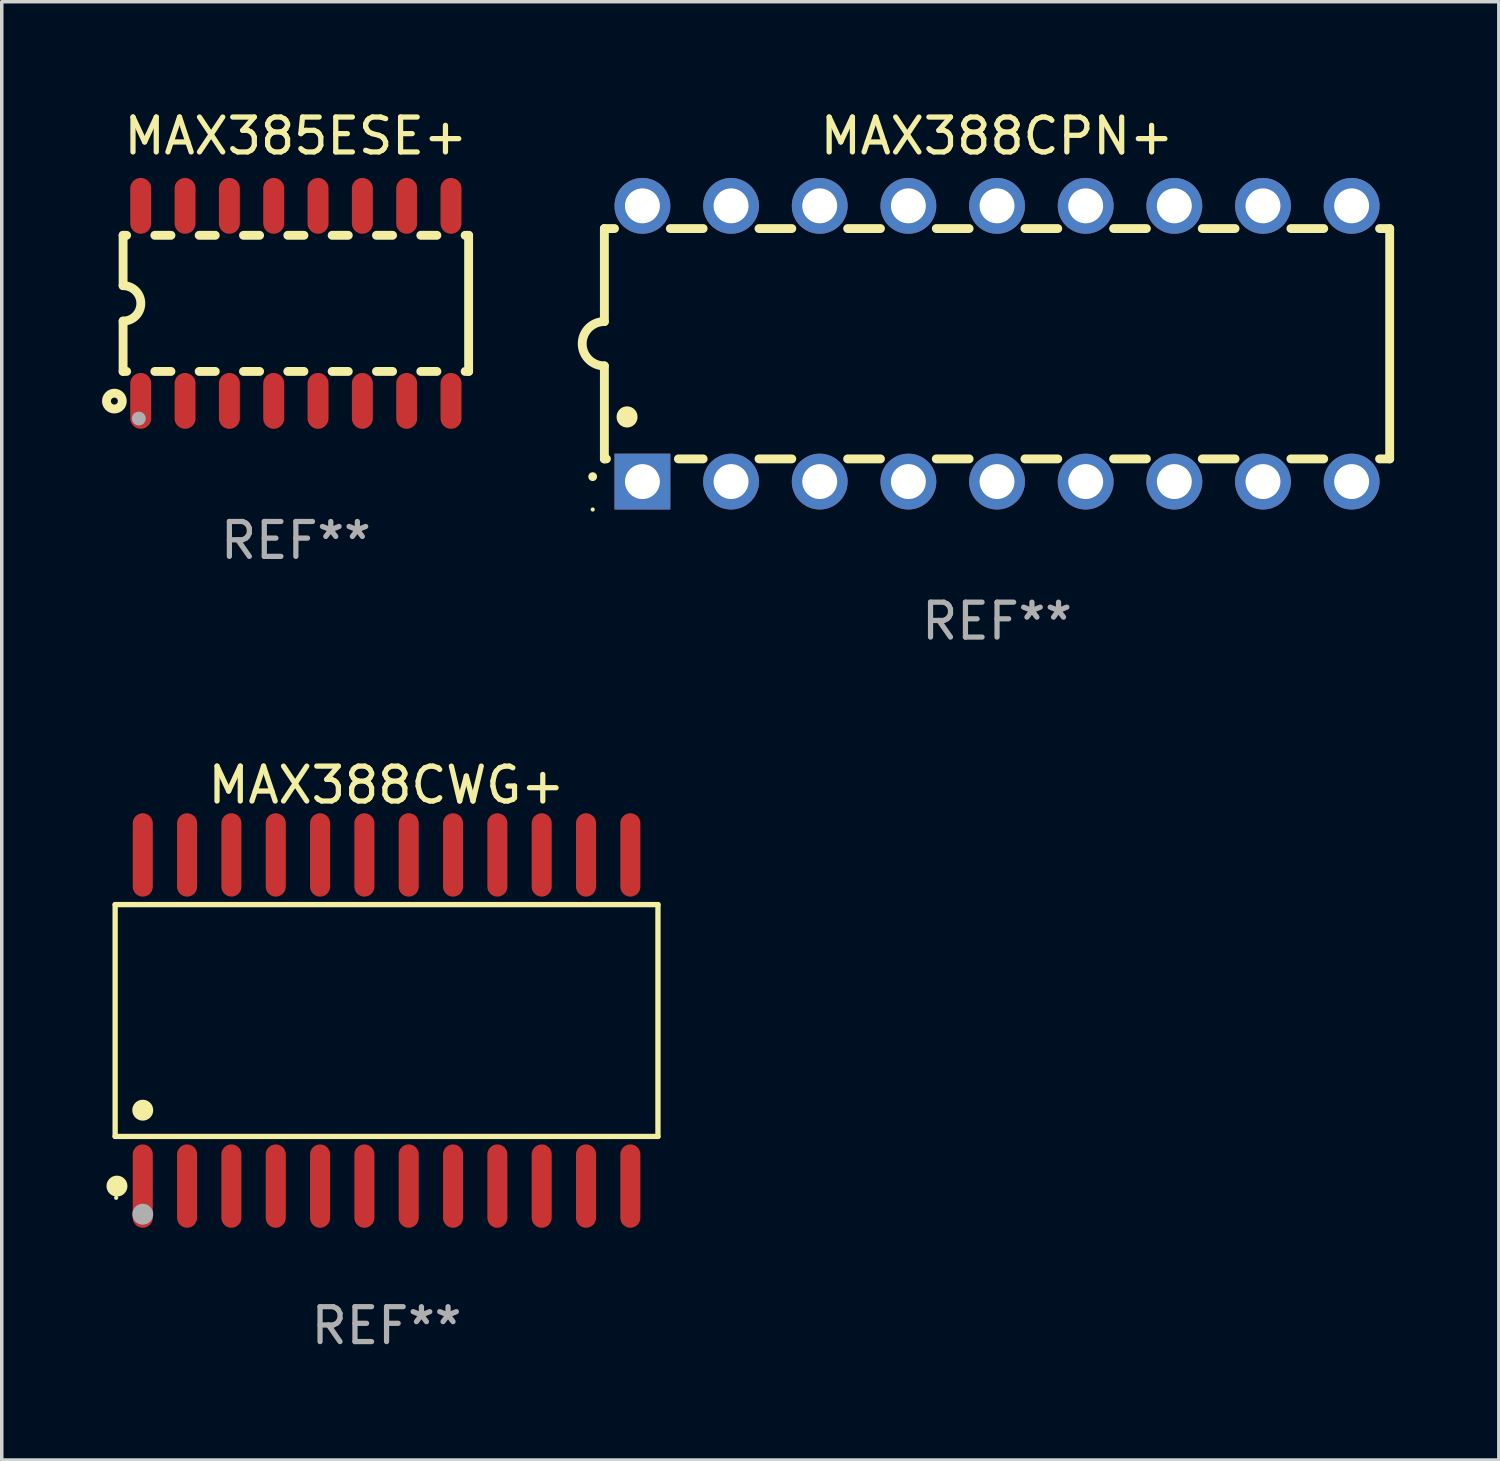
<source format=kicad_pcb>
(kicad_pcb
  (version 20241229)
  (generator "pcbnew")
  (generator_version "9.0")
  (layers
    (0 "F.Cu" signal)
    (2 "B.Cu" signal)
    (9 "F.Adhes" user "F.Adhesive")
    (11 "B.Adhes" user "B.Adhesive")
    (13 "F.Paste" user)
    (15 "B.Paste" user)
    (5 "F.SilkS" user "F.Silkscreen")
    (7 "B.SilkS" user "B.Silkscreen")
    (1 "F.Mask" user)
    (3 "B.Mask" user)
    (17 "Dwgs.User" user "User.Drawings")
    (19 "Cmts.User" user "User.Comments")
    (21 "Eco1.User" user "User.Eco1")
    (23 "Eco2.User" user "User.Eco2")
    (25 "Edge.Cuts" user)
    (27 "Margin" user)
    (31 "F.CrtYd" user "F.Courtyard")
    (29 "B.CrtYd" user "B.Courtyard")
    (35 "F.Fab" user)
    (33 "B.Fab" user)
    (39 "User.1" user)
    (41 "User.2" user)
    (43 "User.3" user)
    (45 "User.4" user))
  (footprint "MAX388CPN+"
    (layer "F.Cu")
    (at 25.516 6.798)
    (property "Reference" "MAX388CPN+" (at 0 -5.95 0) (layer "F.SilkS") (effects (font (size 1 1) (thickness 0.15))))
    (attr through_hole)
    (fp_line (start -11.25 -3.3) (end -11.25 -0.635) (stroke (width 0.254) (type solid)) (layer "F.SilkS"))
    (fp_line (start -11.25 -3.3) (end -10.96 -3.3) (stroke (width 0.254) (type solid)) (layer "F.SilkS"))
    (fp_line (start -11.25 3.3) (end -11.25 0.635) (stroke (width 0.254) (type solid)) (layer "F.SilkS"))
    (fp_line (start -11.25 3.3) (end -11.191 3.3) (stroke (width 0.254) (type solid)) (layer "F.SilkS"))
    (fp_line (start -9.36 -3.3) (end -8.42 -3.3) (stroke (width 0.254) (type solid)) (layer "F.SilkS"))
    (fp_line (start -9.129 3.3) (end -8.42 3.3) (stroke (width 0.254) (type solid)) (layer "F.SilkS"))
    (fp_line (start -6.82 -3.3) (end -5.88 -3.3) (stroke (width 0.254) (type solid)) (layer "F.SilkS"))
    (fp_line (start -6.82 3.3) (end -5.88 3.3) (stroke (width 0.254) (type solid)) (layer "F.SilkS"))
    (fp_line (start -4.28 -3.3) (end -3.34 -3.3) (stroke (width 0.254) (type solid)) (layer "F.SilkS"))
    (fp_line (start -4.28 3.3) (end -3.34 3.3) (stroke (width 0.254) (type solid)) (layer "F.SilkS"))
    (fp_line (start -1.74 -3.3) (end -0.8 -3.3) (stroke (width 0.254) (type solid)) (layer "F.SilkS"))
    (fp_line (start -1.74 3.3) (end -0.8 3.3) (stroke (width 0.254) (type solid)) (layer "F.SilkS"))
    (fp_line (start 0.8 -3.3) (end 1.74 -3.3) (stroke (width 0.254) (type solid)) (layer "F.SilkS"))
    (fp_line (start 0.8 3.3) (end 1.74 3.3) (stroke (width 0.254) (type solid)) (layer "F.SilkS"))
    (fp_line (start 3.34 -3.3) (end 4.28 -3.3) (stroke (width 0.254) (type solid)) (layer "F.SilkS"))
    (fp_line (start 3.34 3.3) (end 4.28 3.3) (stroke (width 0.254) (type solid)) (layer "F.SilkS"))
    (fp_line (start 5.88 -3.3) (end 6.82 -3.3) (stroke (width 0.254) (type solid)) (layer "F.SilkS"))
    (fp_line (start 5.88 3.3) (end 6.82 3.3) (stroke (width 0.254) (type solid)) (layer "F.SilkS"))
    (fp_line (start 8.42 -3.3) (end 9.36 -3.3) (stroke (width 0.254) (type solid)) (layer "F.SilkS"))
    (fp_line (start 8.42 3.3) (end 9.36 3.3) (stroke (width 0.254) (type solid)) (layer "F.SilkS"))
    (fp_line (start 10.96 -3.3) (end 11.25 -3.3) (stroke (width 0.254) (type solid)) (layer "F.SilkS"))
    (fp_line (start 10.96 3.3) (end 11.25 3.3) (stroke (width 0.254) (type solid)) (layer "F.SilkS"))
    (fp_line (start 11.25 -3.3) (end 11.25 3.3) (stroke (width 0.254) (type solid)) (layer "F.SilkS"))
    (fp_arc (start -11.584963 3.810008) (mid -11.58497 3.808738) (end -11.584963 3.807468) (stroke (width 0.25) (type solid)) (layer "F.SilkS"))
    (fp_arc (start -11.250013 0.635001) (mid -11.884684 -0.000165) (end -11.249683 -0.635001) (stroke (width 0.254001) (type solid)) (layer "F.SilkS"))
    (fp_arc (start -10.600025 2.1) (mid -10.600036 2.09746) (end -10.600025 2.09492) (stroke (width 0.6) (type solid)) (layer "F.SilkS"))
    (fp_circle (center -11.585 4.75) (end -11.555 4.75) (stroke (width 0.06) (type solid)) (fill no) (layer "F.SilkS"))
    (fp_text user "REF**" (at 0 7.95 0) (layer "F.Fab") (effects (font (size 1 1) (thickness 0.15))))
    (pad "1" thru_hole rect (at -10.16 3.95 90) (size 1.6 1.6) (drill 1) (layers "*.Cu" "*.Mask"))
    (pad "2" thru_hole circle (at -7.62 3.95 90) (size 1.6 1.6) (drill 1) (layers "*.Cu" "*.Mask"))
    (pad "3" thru_hole circle (at -5.08 3.95 90) (size 1.6 1.6) (drill 1) (layers "*.Cu" "*.Mask"))
    (pad "4" thru_hole circle (at -2.54 3.95 90) (size 1.6 1.6) (drill 1) (layers "*.Cu" "*.Mask"))
    (pad "5" thru_hole circle (at 0 3.95 90) (size 1.6 1.6) (drill 1) (layers "*.Cu" "*.Mask"))
    (pad "6" thru_hole circle (at 2.54 3.95 90) (size 1.6 1.6) (drill 1) (layers "*.Cu" "*.Mask"))
    (pad "7" thru_hole circle (at 5.08 3.95 90) (size 1.6 1.6) (drill 1) (layers "*.Cu" "*.Mask"))
    (pad "8" thru_hole circle (at 7.62 3.95 90) (size 1.6 1.6) (drill 1) (layers "*.Cu" "*.Mask"))
    (pad "9" thru_hole circle (at 10.16 3.95 90) (size 1.6 1.6) (drill 1) (layers "*.Cu" "*.Mask"))
    (pad "10" thru_hole circle (at 10.16 -3.95 90) (size 1.6 1.6) (drill 1) (layers "*.Cu" "*.Mask"))
    (pad "11" thru_hole circle (at 7.62 -3.95 90) (size 1.6 1.6) (drill 1) (layers "*.Cu" "*.Mask"))
    (pad "12" thru_hole circle (at 5.08 -3.95 90) (size 1.6 1.6) (drill 1) (layers "*.Cu" "*.Mask"))
    (pad "13" thru_hole circle (at 2.54 -3.95 90) (size 1.6 1.6) (drill 1) (layers "*.Cu" "*.Mask"))
    (pad "14" thru_hole circle (at 0 -3.95 90) (size 1.6 1.6) (drill 1) (layers "*.Cu" "*.Mask"))
    (pad "15" thru_hole circle (at -2.54 -3.95 90) (size 1.6 1.6) (drill 1) (layers "*.Cu" "*.Mask"))
    (pad "16" thru_hole circle (at -5.08 -3.95 90) (size 1.6 1.6) (drill 1) (layers "*.Cu" "*.Mask"))
    (pad "17" thru_hole circle (at -7.62 -3.95 90) (size 1.6 1.6) (drill 1) (layers "*.Cu" "*.Mask"))
    (pad "18" thru_hole circle (at -10.16 -3.95 90) (size 1.6 1.6) (drill 1) (layers "*.Cu" "*.Mask")))
  (footprint "MAX388CWG+"
    (layer "F.Cu")
    (at 8.025 26.189)
    (property "Reference" "MAX388CWG+" (at 0 -6.744 0) (layer "F.SilkS") (effects (font (size 1 1) (thickness 0.15))))
    (attr through_hole)
    (fp_line (start -7.776 -3.321) (end 7.776 -3.321) (stroke (width 0.152) (type solid)) (layer "F.SilkS"))
    (fp_line (start -7.776 3.321) (end -7.776 -3.321) (stroke (width 0.152) (type solid)) (layer "F.SilkS"))
    (fp_line (start 7.776 -3.321) (end 7.776 3.321) (stroke (width 0.152) (type solid)) (layer "F.SilkS"))
    (fp_line (start 7.776 3.321) (end -7.776 3.321) (stroke (width 0.152) (type solid)) (layer "F.SilkS"))
    (fp_circle (center -7.747 5.08) (end -7.717 5.08) (stroke (width 0.06) (type solid)) (fill no) (layer "F.SilkS"))
    (fp_circle (center -7.724 4.744) (end -7.574 4.744) (stroke (width 0.3) (type solid)) (fill no) (layer "F.SilkS"))
    (fp_circle (center -6.985 2.569) (end -6.835 2.569) (stroke (width 0.3) (type solid)) (fill no) (layer "F.SilkS"))
    (fp_circle (center -6.985 5.55) (end -6.835 5.55) (stroke (width 0.3) (type solid)) (fill no) (layer "F.Fab"))
    (fp_text user "REF**" (at 0 8.744 0) (layer "F.Fab") (effects (font (size 1 1) (thickness 0.15))))
    (pad "1" smd oval (at -6.985 4.744) (size 0.574 2.388) (layers "F.Cu" "F.Mask" "F.Paste"))
    (pad "2" smd oval (at -5.715 4.744) (size 0.574 2.388) (layers "F.Cu" "F.Mask" "F.Paste"))
    (pad "3" smd oval (at -4.445 4.744) (size 0.574 2.388) (layers "F.Cu" "F.Mask" "F.Paste"))
    (pad "4" smd oval (at -3.175 4.744) (size 0.574 2.388) (layers "F.Cu" "F.Mask" "F.Paste"))
    (pad "5" smd oval (at -1.905 4.744) (size 0.574 2.388) (layers "F.Cu" "F.Mask" "F.Paste"))
    (pad "6" smd oval (at -0.635 4.744) (size 0.574 2.388) (layers "F.Cu" "F.Mask" "F.Paste"))
    (pad "7" smd oval (at 0.635 4.744) (size 0.574 2.388) (layers "F.Cu" "F.Mask" "F.Paste"))
    (pad "8" smd oval (at 1.905 4.744) (size 0.574 2.388) (layers "F.Cu" "F.Mask" "F.Paste"))
    (pad "9" smd oval (at 3.175 4.744) (size 0.574 2.388) (layers "F.Cu" "F.Mask" "F.Paste"))
    (pad "10" smd oval (at 4.445 4.744) (size 0.574 2.388) (layers "F.Cu" "F.Mask" "F.Paste"))
    (pad "11" smd oval (at 5.715 4.744) (size 0.574 2.388) (layers "F.Cu" "F.Mask" "F.Paste"))
    (pad "12" smd oval (at 6.985 4.744) (size 0.574 2.388) (layers "F.Cu" "F.Mask" "F.Paste"))
    (pad "13" smd oval (at 6.985 -4.744) (size 0.574 2.388) (layers "F.Cu" "F.Mask" "F.Paste"))
    (pad "14" smd oval (at 5.715 -4.744) (size 0.574 2.388) (layers "F.Cu" "F.Mask" "F.Paste"))
    (pad "15" smd oval (at 4.445 -4.744) (size 0.574 2.388) (layers "F.Cu" "F.Mask" "F.Paste"))
    (pad "16" smd oval (at 3.175 -4.744) (size 0.574 2.388) (layers "F.Cu" "F.Mask" "F.Paste"))
    (pad "17" smd oval (at 1.905 -4.744) (size 0.574 2.388) (layers "F.Cu" "F.Mask" "F.Paste"))
    (pad "18" smd oval (at 0.635 -4.744) (size 0.574 2.388) (layers "F.Cu" "F.Mask" "F.Paste"))
    (pad "19" smd oval (at -0.635 -4.744) (size 0.574 2.388) (layers "F.Cu" "F.Mask" "F.Paste"))
    (pad "20" smd oval (at -1.905 -4.744) (size 0.574 2.388) (layers "F.Cu" "F.Mask" "F.Paste"))
    (pad "21" smd oval (at -3.175 -4.744) (size 0.574 2.388) (layers "F.Cu" "F.Mask" "F.Paste"))
    (pad "22" smd oval (at -4.445 -4.744) (size 0.574 2.388) (layers "F.Cu" "F.Mask" "F.Paste"))
    (pad "23" smd oval (at -5.715 -4.744) (size 0.574 2.388) (layers "F.Cu" "F.Mask" "F.Paste"))
    (pad "24" smd oval (at -6.985 -4.744) (size 0.574 2.388) (layers "F.Cu" "F.Mask" "F.Paste")))
  (footprint "MAX385ESE+"
    (layer "F.Cu")
    (at 5.427 5.642)
    (property "Reference" "MAX385ESE+" (at 0 -4.794 0) (layer "F.SilkS") (effects (font (size 1 1) (thickness 0.15))))
    (attr through_hole)
    (fp_line (start -4.95 -1.95) (end -4.95 -0.508) (stroke (width 0.254) (type solid)) (layer "F.SilkS"))
    (fp_line (start -4.95 -1.95) (end -4.849 -1.95) (stroke (width 0.254) (type solid)) (layer "F.SilkS"))
    (fp_line (start -4.95 1.95) (end -4.95 0.508) (stroke (width 0.254) (type solid)) (layer "F.SilkS"))
    (fp_line (start -4.95 1.95) (end -4.849 1.95) (stroke (width 0.254) (type solid)) (layer "F.SilkS"))
    (fp_line (start -4.041 -1.95) (end -3.579 -1.95) (stroke (width 0.254) (type solid)) (layer "F.SilkS"))
    (fp_line (start -4.041 1.95) (end -3.579 1.95) (stroke (width 0.254) (type solid)) (layer "F.SilkS"))
    (fp_line (start -2.771 -1.95) (end -2.309 -1.95) (stroke (width 0.254) (type solid)) (layer "F.SilkS"))
    (fp_line (start -2.771 1.95) (end -2.309 1.95) (stroke (width 0.254) (type solid)) (layer "F.SilkS"))
    (fp_line (start -1.501 -1.95) (end -1.039 -1.95) (stroke (width 0.254) (type solid)) (layer "F.SilkS"))
    (fp_line (start -1.501 1.95) (end -1.039 1.95) (stroke (width 0.254) (type solid)) (layer "F.SilkS"))
    (fp_line (start -0.231 -1.95) (end 0.231 -1.95) (stroke (width 0.254) (type solid)) (layer "F.SilkS"))
    (fp_line (start -0.231 1.95) (end 0.231 1.95) (stroke (width 0.254) (type solid)) (layer "F.SilkS"))
    (fp_line (start 1.039 -1.95) (end 1.501 -1.95) (stroke (width 0.254) (type solid)) (layer "F.SilkS"))
    (fp_line (start 1.039 1.95) (end 1.501 1.95) (stroke (width 0.254) (type solid)) (layer "F.SilkS"))
    (fp_line (start 2.309 -1.95) (end 2.771 -1.95) (stroke (width 0.254) (type solid)) (layer "F.SilkS"))
    (fp_line (start 2.309 1.95) (end 2.771 1.95) (stroke (width 0.254) (type solid)) (layer "F.SilkS"))
    (fp_line (start 3.579 -1.95) (end 4.041 -1.95) (stroke (width 0.254) (type solid)) (layer "F.SilkS"))
    (fp_line (start 3.579 1.95) (end 4.041 1.95) (stroke (width 0.254) (type solid)) (layer "F.SilkS"))
    (fp_line (start 4.849 -1.95) (end 4.95 -1.95) (stroke (width 0.254) (type solid)) (layer "F.SilkS"))
    (fp_line (start 4.849 1.95) (end 4.95 1.95) (stroke (width 0.254) (type solid)) (layer "F.SilkS"))
    (fp_line (start 4.95 -1.95) (end 4.95 1.95) (stroke (width 0.254) (type solid)) (layer "F.SilkS"))
    (fp_arc (start -4.95047 -0.508001) (mid -4.442469 -0.000228) (end -4.950013 0.508001) (stroke (width 0.254001) (type solid)) (layer "F.SilkS"))
    (fp_circle (center -5.2 2.8) (end -5.1 2.8) (stroke (width 0.254) (type solid)) (fill no) (layer "F.SilkS"))
    (fp_circle (center -4.95 2.947) (end -4.92 2.947) (stroke (width 0.06) (type solid)) (fill no) (layer "F.SilkS"))
    (fp_circle (center -4.5 3.3) (end -4.4 3.3) (stroke (width 0.2) (type solid)) (fill no) (layer "F.Fab"))
    (fp_text user "REF**" (at 0 6.794 0) (layer "F.Fab") (effects (font (size 1 1) (thickness 0.15))))
    (pad "1" smd oval (at -4.445 2.794) (size 0.6 1.6) (layers "F.Cu" "F.Mask" "F.Paste"))
    (pad "2" smd oval (at -3.175 2.794) (size 0.6 1.6) (layers "F.Cu" "F.Mask" "F.Paste"))
    (pad "3" smd oval (at -1.905 2.794) (size 0.6 1.6) (layers "F.Cu" "F.Mask" "F.Paste"))
    (pad "4" smd oval (at -0.635 2.794) (size 0.6 1.6) (layers "F.Cu" "F.Mask" "F.Paste"))
    (pad "5" smd oval (at 0.635 2.794) (size 0.6 1.6) (layers "F.Cu" "F.Mask" "F.Paste"))
    (pad "6" smd oval (at 1.905 2.794) (size 0.6 1.6) (layers "F.Cu" "F.Mask" "F.Paste"))
    (pad "7" smd oval (at 3.175 2.794) (size 0.6 1.6) (layers "F.Cu" "F.Mask" "F.Paste"))
    (pad "8" smd oval (at 4.445 2.794) (size 0.6 1.6) (layers "F.Cu" "F.Mask" "F.Paste"))
    (pad "9" smd oval (at 4.445 -2.794) (size 0.6 1.6) (layers "F.Cu" "F.Mask" "F.Paste"))
    (pad "10" smd oval (at 3.175 -2.794) (size 0.6 1.6) (layers "F.Cu" "F.Mask" "F.Paste"))
    (pad "11" smd oval (at 1.905 -2.794) (size 0.6 1.6) (layers "F.Cu" "F.Mask" "F.Paste"))
    (pad "12" smd oval (at 0.635 -2.794) (size 0.6 1.6) (layers "F.Cu" "F.Mask" "F.Paste"))
    (pad "13" smd oval (at -0.635 -2.794) (size 0.6 1.6) (layers "F.Cu" "F.Mask" "F.Paste"))
    (pad "14" smd oval (at -1.905 -2.794) (size 0.6 1.6) (layers "F.Cu" "F.Mask" "F.Paste"))
    (pad "15" smd oval (at -3.175 -2.794) (size 0.6 1.6) (layers "F.Cu" "F.Mask" "F.Paste"))
    (pad "16" smd oval (at -4.445 -2.794) (size 0.6 1.6) (layers "F.Cu" "F.Mask" "F.Paste")))
  (gr_rect
    (start -3 -3)
    (end 39.893 38.781)
    (stroke (width 0.1) (type default))
    (fill no)
    (layer "Edge.Cuts")))
</source>
